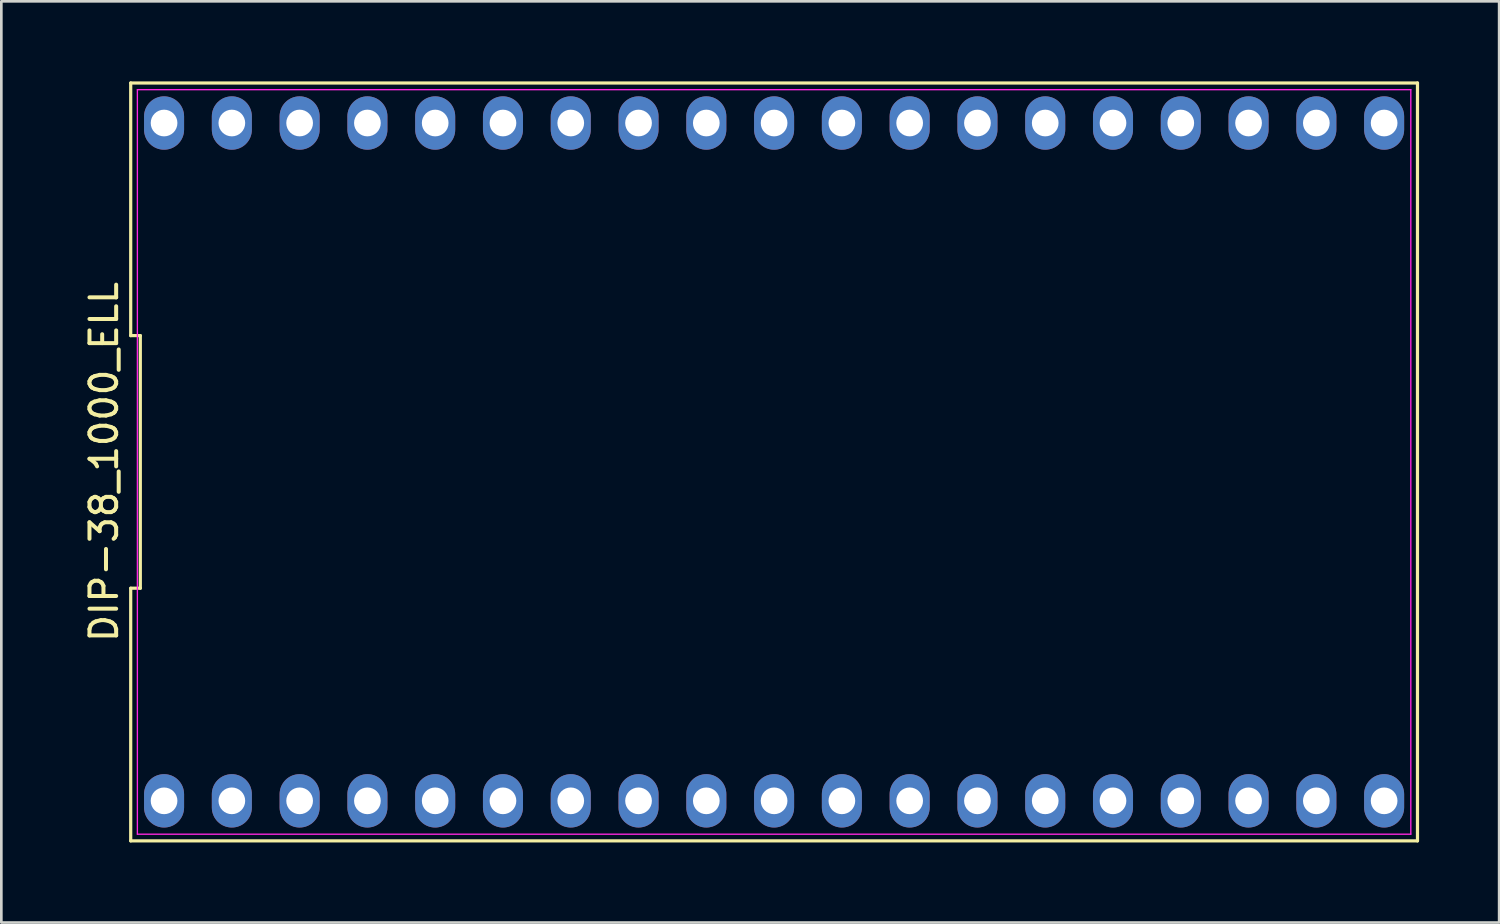
<source format=kicad_pcb>
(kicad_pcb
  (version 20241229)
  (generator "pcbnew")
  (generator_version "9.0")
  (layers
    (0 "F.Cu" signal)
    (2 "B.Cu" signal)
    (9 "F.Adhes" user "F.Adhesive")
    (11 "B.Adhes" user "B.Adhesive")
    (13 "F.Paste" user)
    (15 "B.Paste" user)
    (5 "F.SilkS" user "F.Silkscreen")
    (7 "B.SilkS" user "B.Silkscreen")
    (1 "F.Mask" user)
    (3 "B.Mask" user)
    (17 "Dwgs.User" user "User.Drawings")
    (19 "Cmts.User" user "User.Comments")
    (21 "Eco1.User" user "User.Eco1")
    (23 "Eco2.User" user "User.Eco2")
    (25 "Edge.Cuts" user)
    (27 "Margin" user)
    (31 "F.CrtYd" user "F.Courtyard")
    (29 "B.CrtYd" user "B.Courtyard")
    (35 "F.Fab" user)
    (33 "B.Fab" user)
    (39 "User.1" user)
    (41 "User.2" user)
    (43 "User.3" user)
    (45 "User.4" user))
  (footprint "DIP-38_1000_ELL"
    (layer "F.Cu")
    (at 25.958 14.26)
    (property "Reference" "DIP-38_1000_ELL" (at -25.11 0 90) (layer "F.SilkS") (effects (font (size 1 1) (thickness 0.15))))
    (attr through_hole)
    (fp_line (start -24.11 -14.2) (end -24.11 -4.733) (stroke (width 0.12) (type solid)) (layer "F.SilkS"))
    (fp_line (start -24.11 -4.733) (end -23.75 -4.733) (stroke (width 0.12) (type solid)) (layer "F.SilkS"))
    (fp_line (start -24.11 4.733) (end -24.11 14.2) (stroke (width 0.12) (type solid)) (layer "F.SilkS"))
    (fp_line (start -24.11 14.2) (end 24.11 14.2) (stroke (width 0.12) (type solid)) (layer "F.SilkS"))
    (fp_line (start -23.75 -4.733) (end -23.75 4.733) (stroke (width 0.12) (type solid)) (layer "F.SilkS"))
    (fp_line (start -23.75 4.733) (end -24.11 4.733) (stroke (width 0.12) (type solid)) (layer "F.SilkS"))
    (fp_line (start 24.11 -14.2) (end -24.11 -14.2) (stroke (width 0.12) (type solid)) (layer "F.SilkS"))
    (fp_line (start 24.11 14.2) (end 24.11 -14.2) (stroke (width 0.12) (type solid)) (layer "F.SilkS"))
    (fp_line (start -23.86 -13.95) (end 23.86 -13.95) (stroke (width 0.05) (type solid)) (layer "F.CrtYd"))
    (fp_line (start -23.86 13.95) (end -23.86 -13.95) (stroke (width 0.05) (type solid)) (layer "F.CrtYd"))
    (fp_line (start 23.86 -13.95) (end 23.86 13.95) (stroke (width 0.05) (type solid)) (layer "F.CrtYd"))
    (fp_line (start 23.86 13.95) (end -23.86 13.95) (stroke (width 0.05) (type solid)) (layer "F.CrtYd"))
    (pad "1" thru_hole oval (at -22.86 12.7) (size 1.5 2) (drill 1) (layers "*.Cu" "*.Mask"))
    (pad "2" thru_hole oval (at -20.32 12.7) (size 1.5 2) (drill 1) (layers "*.Cu" "*.Mask"))
    (pad "3" thru_hole oval (at -17.78 12.7) (size 1.5 2) (drill 1) (layers "*.Cu" "*.Mask"))
    (pad "4" thru_hole oval (at -15.24 12.7) (size 1.5 2) (drill 1) (layers "*.Cu" "*.Mask"))
    (pad "5" thru_hole oval (at -12.7 12.7) (size 1.5 2) (drill 1) (layers "*.Cu" "*.Mask"))
    (pad "6" thru_hole oval (at -10.16 12.7) (size 1.5 2) (drill 1) (layers "*.Cu" "*.Mask"))
    (pad "7" thru_hole oval (at -7.62 12.7) (size 1.5 2) (drill 1) (layers "*.Cu" "*.Mask"))
    (pad "8" thru_hole oval (at -5.08 12.7) (size 1.5 2) (drill 1) (layers "*.Cu" "*.Mask"))
    (pad "9" thru_hole oval (at -2.54 12.7) (size 1.5 2) (drill 1) (layers "*.Cu" "*.Mask"))
    (pad "10" thru_hole oval (at 0 12.7) (size 1.5 2) (drill 1) (layers "*.Cu" "*.Mask"))
    (pad "11" thru_hole oval (at 2.54 12.7) (size 1.5 2) (drill 1) (layers "*.Cu" "*.Mask"))
    (pad "12" thru_hole oval (at 5.08 12.7) (size 1.5 2) (drill 1) (layers "*.Cu" "*.Mask"))
    (pad "13" thru_hole oval (at 7.62 12.7) (size 1.5 2) (drill 1) (layers "*.Cu" "*.Mask"))
    (pad "14" thru_hole oval (at 10.16 12.7) (size 1.5 2) (drill 1) (layers "*.Cu" "*.Mask"))
    (pad "15" thru_hole oval (at 12.7 12.7) (size 1.5 2) (drill 1) (layers "*.Cu" "*.Mask"))
    (pad "16" thru_hole oval (at 15.24 12.7) (size 1.5 2) (drill 1) (layers "*.Cu" "*.Mask"))
    (pad "17" thru_hole oval (at 17.78 12.7) (size 1.5 2) (drill 1) (layers "*.Cu" "*.Mask"))
    (pad "18" thru_hole oval (at 20.32 12.7) (size 1.5 2) (drill 1) (layers "*.Cu" "*.Mask"))
    (pad "19" thru_hole oval (at 22.86 12.7) (size 1.5 2) (drill 1) (layers "*.Cu" "*.Mask"))
    (pad "20" thru_hole oval (at 22.86 -12.7) (size 1.5 2) (drill 1) (layers "*.Cu" "*.Mask"))
    (pad "21" thru_hole oval (at 20.32 -12.7) (size 1.5 2) (drill 1) (layers "*.Cu" "*.Mask"))
    (pad "22" thru_hole oval (at 17.78 -12.7) (size 1.5 2) (drill 1) (layers "*.Cu" "*.Mask"))
    (pad "23" thru_hole oval (at 15.24 -12.7) (size 1.5 2) (drill 1) (layers "*.Cu" "*.Mask"))
    (pad "24" thru_hole oval (at 12.7 -12.7) (size 1.5 2) (drill 1) (layers "*.Cu" "*.Mask"))
    (pad "25" thru_hole oval (at 10.16 -12.7) (size 1.5 2) (drill 1) (layers "*.Cu" "*.Mask"))
    (pad "26" thru_hole oval (at 7.62 -12.7) (size 1.5 2) (drill 1) (layers "*.Cu" "*.Mask"))
    (pad "27" thru_hole oval (at 5.08 -12.7) (size 1.5 2) (drill 1) (layers "*.Cu" "*.Mask"))
    (pad "28" thru_hole oval (at 2.54 -12.7) (size 1.5 2) (drill 1) (layers "*.Cu" "*.Mask"))
    (pad "29" thru_hole oval (at 0 -12.7) (size 1.5 2) (drill 1) (layers "*.Cu" "*.Mask"))
    (pad "30" thru_hole oval (at -2.54 -12.7) (size 1.5 2) (drill 1) (layers "*.Cu" "*.Mask"))
    (pad "31" thru_hole oval (at -5.08 -12.7) (size 1.5 2) (drill 1) (layers "*.Cu" "*.Mask"))
    (pad "32" thru_hole oval (at -7.62 -12.7) (size 1.5 2) (drill 1) (layers "*.Cu" "*.Mask"))
    (pad "33" thru_hole oval (at -10.16 -12.7) (size 1.5 2) (drill 1) (layers "*.Cu" "*.Mask"))
    (pad "34" thru_hole oval (at -12.7 -12.7) (size 1.5 2) (drill 1) (layers "*.Cu" "*.Mask"))
    (pad "35" thru_hole oval (at -15.24 -12.7) (size 1.5 2) (drill 1) (layers "*.Cu" "*.Mask"))
    (pad "36" thru_hole oval (at -17.78 -12.7) (size 1.5 2) (drill 1) (layers "*.Cu" "*.Mask"))
    (pad "37" thru_hole oval (at -20.32 -12.7) (size 1.5 2) (drill 1) (layers "*.Cu" "*.Mask"))
    (pad "38" thru_hole oval (at -22.86 -12.7) (size 1.5 2) (drill 1) (layers "*.Cu" "*.Mask")))
  (gr_rect
    (start -3 -3)
    (end 53.128 31.52)
    (stroke (width 0.1) (type default))
    (fill no)
    (layer "Edge.Cuts")))
</source>
